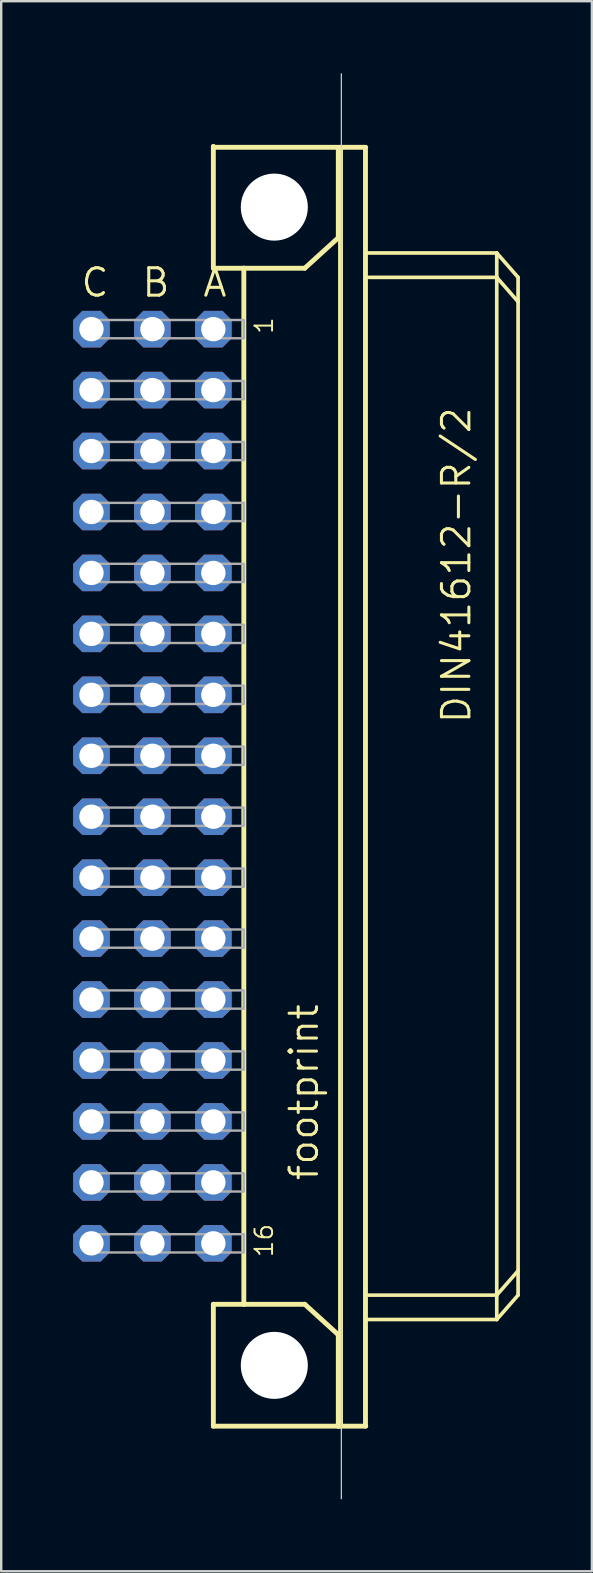
<source format=kicad_pcb>
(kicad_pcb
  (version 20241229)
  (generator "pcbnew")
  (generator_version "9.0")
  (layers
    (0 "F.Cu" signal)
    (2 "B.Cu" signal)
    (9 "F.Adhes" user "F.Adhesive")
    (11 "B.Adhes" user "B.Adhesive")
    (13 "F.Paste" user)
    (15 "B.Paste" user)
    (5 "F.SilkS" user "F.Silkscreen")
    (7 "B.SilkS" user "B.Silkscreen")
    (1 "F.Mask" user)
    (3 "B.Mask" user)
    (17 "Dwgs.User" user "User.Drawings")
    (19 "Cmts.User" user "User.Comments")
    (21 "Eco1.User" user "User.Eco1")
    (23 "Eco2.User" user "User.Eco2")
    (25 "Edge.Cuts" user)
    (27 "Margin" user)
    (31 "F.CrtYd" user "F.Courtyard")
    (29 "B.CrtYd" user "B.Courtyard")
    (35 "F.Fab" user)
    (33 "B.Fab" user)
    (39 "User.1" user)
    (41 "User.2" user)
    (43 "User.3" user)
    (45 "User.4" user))
  (footprint "footprint"
    (layer "F.Cu")
    (at 8.382 29.718)
    (property "Reference" "footprint" (at 1.905 16.51 90) (layer "F.SilkS") (effects (font (size 1.143 1.143) (thickness 0.127)) (justify left bottom)))
    (fp_line (start -2.54 -26.67) (end -2.54 -26.63) (stroke (width 0.203) (type solid)) (layer "F.SilkS"))
    (fp_line (start -2.54 -26.63) (end -2.54 -21.59) (stroke (width 0.203) (type solid)) (layer "F.SilkS"))
    (fp_line (start -2.54 -26.63) (end 3.81 -26.63) (stroke (width 0.203) (type solid)) (layer "F.SilkS"))
    (fp_line (start -2.54 -21.59) (end -1.27 -21.59) (stroke (width 0.203) (type solid)) (layer "F.SilkS"))
    (fp_line (start -2.54 21.59) (end -1.27 21.59) (stroke (width 0.203) (type solid)) (layer "F.SilkS"))
    (fp_line (start -2.54 26.67) (end -2.54 21.59) (stroke (width 0.203) (type solid)) (layer "F.SilkS"))
    (fp_line (start -2.54 26.67) (end 2.667 26.67) (stroke (width 0.203) (type solid)) (layer "F.SilkS"))
    (fp_line (start -1.27 -21.59) (end -1.27 21.59) (stroke (width 0.203) (type solid)) (layer "F.SilkS"))
    (fp_line (start -1.27 -21.59) (end 1.27 -21.59) (stroke (width 0.203) (type solid)) (layer "F.SilkS"))
    (fp_line (start -1.27 21.59) (end 1.27 21.59) (stroke (width 0.203) (type solid)) (layer "F.SilkS"))
    (fp_line (start 1.27 -21.59) (end 2.667 -22.86) (stroke (width 0.203) (type solid)) (layer "F.SilkS"))
    (fp_line (start 1.27 21.59) (end 2.667 22.86) (stroke (width 0.203) (type solid)) (layer "F.SilkS"))
    (fp_line (start 2.667 -22.86) (end 2.667 -26.543) (stroke (width 0.203) (type solid)) (layer "F.SilkS"))
    (fp_line (start 2.667 22.86) (end 2.667 26.67) (stroke (width 0.203) (type solid)) (layer "F.SilkS"))
    (fp_line (start 2.667 26.67) (end 3.81 26.67) (stroke (width 0.203) (type solid)) (layer "F.SilkS"))
    (fp_line (start 2.76 -26.54) (end 2.76 26.667) (stroke (width 0.203) (type solid)) (layer "F.SilkS"))
    (fp_line (start 3.8 26.667) (end 3.8 -26.54) (stroke (width 0.203) (type solid)) (layer "F.SilkS"))
    (fp_line (start 3.81 -22.225) (end 9.271 -22.225) (stroke (width 0.152) (type solid)) (layer "F.SilkS"))
    (fp_line (start 3.937 21.209) (end 9.271 21.209) (stroke (width 0.152) (type solid)) (layer "F.SilkS"))
    (fp_line (start 9.271 -21.209) (end 3.937 -21.209) (stroke (width 0.152) (type solid)) (layer "F.SilkS"))
    (fp_line (start 9.271 -21.209) (end 9.271 -22.225) (stroke (width 0.152) (type solid)) (layer "F.SilkS"))
    (fp_line (start 9.271 21.209) (end 9.271 -21.209) (stroke (width 0.152) (type solid)) (layer "F.SilkS"))
    (fp_line (start 9.271 21.209) (end 10.16 20.193) (stroke (width 0.152) (type solid)) (layer "F.SilkS"))
    (fp_line (start 9.271 22.225) (end 3.81 22.225) (stroke (width 0.152) (type solid)) (layer "F.SilkS"))
    (fp_line (start 9.271 22.225) (end 9.271 21.209) (stroke (width 0.152) (type solid)) (layer "F.SilkS"))
    (fp_line (start 9.271 22.225) (end 10.16 21.209) (stroke (width 0.152) (type solid)) (layer "F.SilkS"))
    (fp_line (start 10.16 -21.209) (end 9.271 -22.225) (stroke (width 0.152) (type solid)) (layer "F.SilkS"))
    (fp_line (start 10.16 -20.193) (end 9.271 -21.209) (stroke (width 0.152) (type solid)) (layer "F.SilkS"))
    (fp_line (start 10.16 -20.193) (end 10.16 -21.209) (stroke (width 0.152) (type solid)) (layer "F.SilkS"))
    (fp_line (start 10.16 20.193) (end 10.16 -20.193) (stroke (width 0.152) (type solid)) (layer "F.SilkS"))
    (fp_line (start 10.16 21.209) (end 10.16 20.193) (stroke (width 0.152) (type solid)) (layer "F.SilkS"))
    (fp_circle (center 0 -24.136) (end 1.27 -24.136) (stroke (width 0.152) (type solid)) (fill no) (layer "F.SilkS"))
    (fp_circle (center 0 24.136) (end 1.27 24.136) (stroke (width 0.152) (type solid)) (fill no) (layer "F.SilkS"))
    (fp_line (start 2.794 29.693) (end 2.794 -29.693) (stroke (width 0.05) (type solid)) (layer "Edge.Cuts"))
    (fp_poly (pts (xy -7.874 -18.669) (xy -1.27 -18.669) (xy -1.27 -19.431) (xy -7.874 -19.431)) (stroke (width 0.1) (type solid)) (fill no) (layer "F.Fab"))
    (fp_poly (pts (xy -7.874 -16.129) (xy -1.27 -16.129) (xy -1.27 -16.891) (xy -7.874 -16.891)) (stroke (width 0.1) (type solid)) (fill no) (layer "F.Fab"))
    (fp_poly (pts (xy -7.874 -13.589) (xy -1.27 -13.589) (xy -1.27 -14.351) (xy -7.874 -14.351)) (stroke (width 0.1) (type solid)) (fill no) (layer "F.Fab"))
    (fp_poly (pts (xy -7.874 -11.049) (xy -1.27 -11.049) (xy -1.27 -11.811) (xy -7.874 -11.811)) (stroke (width 0.1) (type solid)) (fill no) (layer "F.Fab"))
    (fp_poly (pts (xy -7.874 -8.509) (xy -1.27 -8.509) (xy -1.27 -9.271) (xy -7.874 -9.271)) (stroke (width 0.1) (type solid)) (fill no) (layer "F.Fab"))
    (fp_poly (pts (xy -7.874 -5.969) (xy -1.27 -5.969) (xy -1.27 -6.731) (xy -7.874 -6.731)) (stroke (width 0.1) (type solid)) (fill no) (layer "F.Fab"))
    (fp_poly (pts (xy -7.874 -3.429) (xy -1.27 -3.429) (xy -1.27 -4.191) (xy -7.874 -4.191)) (stroke (width 0.1) (type solid)) (fill no) (layer "F.Fab"))
    (fp_poly (pts (xy -7.874 -0.889) (xy -1.27 -0.889) (xy -1.27 -1.651) (xy -7.874 -1.651)) (stroke (width 0.1) (type solid)) (fill no) (layer "F.Fab"))
    (fp_poly (pts (xy -7.874 1.651) (xy -1.27 1.651) (xy -1.27 0.889) (xy -7.874 0.889)) (stroke (width 0.1) (type solid)) (fill no) (layer "F.Fab"))
    (fp_poly (pts (xy -7.874 4.191) (xy -1.27 4.191) (xy -1.27 3.429) (xy -7.874 3.429)) (stroke (width 0.1) (type solid)) (fill no) (layer "F.Fab"))
    (fp_poly (pts (xy -7.874 6.731) (xy -1.27 6.731) (xy -1.27 5.969) (xy -7.874 5.969)) (stroke (width 0.1) (type solid)) (fill no) (layer "F.Fab"))
    (fp_poly (pts (xy -7.874 9.271) (xy -1.27 9.271) (xy -1.27 8.509) (xy -7.874 8.509)) (stroke (width 0.1) (type solid)) (fill no) (layer "F.Fab"))
    (fp_poly (pts (xy -7.874 11.811) (xy -1.27 11.811) (xy -1.27 11.049) (xy -7.874 11.049)) (stroke (width 0.1) (type solid)) (fill no) (layer "F.Fab"))
    (fp_poly (pts (xy -7.874 14.351) (xy -1.27 14.351) (xy -1.27 13.589) (xy -7.874 13.589)) (stroke (width 0.1) (type solid)) (fill no) (layer "F.Fab"))
    (fp_poly (pts (xy -7.874 16.891) (xy -1.27 16.891) (xy -1.27 16.129) (xy -7.874 16.129)) (stroke (width 0.1) (type solid)) (fill no) (layer "F.Fab"))
    (fp_poly (pts (xy -7.874 19.431) (xy -1.27 19.431) (xy -1.27 18.669) (xy -7.874 18.669)) (stroke (width 0.1) (type solid)) (fill no) (layer "F.Fab"))
    (fp_text user "16" (at 0 19.685 90) (layer "F.SilkS") (effects (font (size 0.732 0.732) (thickness 0.081)) (justify left bottom)))
    (fp_text user "C" (at -8.128 -20.32 0) (layer "F.SilkS") (effects (font (size 1.143 1.143) (thickness 0.127)) (justify left bottom)))
    (fp_text user "DIN41612-R/2" (at 8.255 -2.54 90) (layer "F.SilkS") (effects (font (size 1.143 1.143) (thickness 0.127)) (justify left bottom)))
    (fp_text user "B" (at -5.588 -20.32 0) (layer "F.SilkS") (effects (font (size 1.143 1.143) (thickness 0.127)) (justify left bottom)))
    (fp_text user "A" (at -3.048 -20.32 0) (layer "F.SilkS") (effects (font (size 1.143 1.143) (thickness 0.127)) (justify left bottom)))
    (fp_text user "1" (at 0 -18.796 90) (layer "F.SilkS") (effects (font (size 0.732 0.732) (thickness 0.081)) (justify left bottom)))
    (pad "" np_thru_hole circle (at 0 -24.136) (size 2.794 2.794) (drill 2.794) (layers "*.Cu" "*.Mask"))
    (pad "" np_thru_hole circle (at 0 24.136) (size 2.794 2.794) (drill 2.794) (layers "*.Cu" "*.Mask"))
    (pad "A1" thru_hole roundrect (at -2.54 -19.05) (size 1.524 1.524) (drill 1.016) (layers "*.Cu" "*.Mask") (roundrect_rratio 0.25) (chamfer_ratio 0.25) (chamfer top_left top_right bottom_left bottom_right))
    (pad "A2" thru_hole roundrect (at -2.54 -16.51) (size 1.524 1.524) (drill 1.016) (layers "*.Cu" "*.Mask") (roundrect_rratio 0.25) (chamfer_ratio 0.25) (chamfer top_left top_right bottom_left bottom_right))
    (pad "A3" thru_hole roundrect (at -2.54 -13.97) (size 1.524 1.524) (drill 1.016) (layers "*.Cu" "*.Mask") (roundrect_rratio 0.25) (chamfer_ratio 0.25) (chamfer top_left top_right bottom_left bottom_right))
    (pad "A4" thru_hole roundrect (at -2.54 -11.43) (size 1.524 1.524) (drill 1.016) (layers "*.Cu" "*.Mask") (roundrect_rratio 0.25) (chamfer_ratio 0.25) (chamfer top_left top_right bottom_left bottom_right))
    (pad "A5" thru_hole roundrect (at -2.54 -8.89) (size 1.524 1.524) (drill 1.016) (layers "*.Cu" "*.Mask") (roundrect_rratio 0.25) (chamfer_ratio 0.25) (chamfer top_left top_right bottom_left bottom_right))
    (pad "A6" thru_hole roundrect (at -2.54 -6.35) (size 1.524 1.524) (drill 1.016) (layers "*.Cu" "*.Mask") (roundrect_rratio 0.25) (chamfer_ratio 0.25) (chamfer top_left top_right bottom_left bottom_right))
    (pad "A7" thru_hole roundrect (at -2.54 -3.81) (size 1.524 1.524) (drill 1.016) (layers "*.Cu" "*.Mask") (roundrect_rratio 0.25) (chamfer_ratio 0.25) (chamfer top_left top_right bottom_left bottom_right))
    (pad "A8" thru_hole roundrect (at -2.54 -1.27) (size 1.524 1.524) (drill 1.016) (layers "*.Cu" "*.Mask") (roundrect_rratio 0.25) (chamfer_ratio 0.25) (chamfer top_left top_right bottom_left bottom_right))
    (pad "A9" thru_hole roundrect (at -2.54 1.27) (size 1.524 1.524) (drill 1.016) (layers "*.Cu" "*.Mask") (roundrect_rratio 0.25) (chamfer_ratio 0.25) (chamfer top_left top_right bottom_left bottom_right))
    (pad "A10" thru_hole roundrect (at -2.54 3.81) (size 1.524 1.524) (drill 1.016) (layers "*.Cu" "*.Mask") (roundrect_rratio 0.25) (chamfer_ratio 0.25) (chamfer top_left top_right bottom_left bottom_right))
    (pad "A11" thru_hole roundrect (at -2.54 6.35) (size 1.524 1.524) (drill 1.016) (layers "*.Cu" "*.Mask") (roundrect_rratio 0.25) (chamfer_ratio 0.25) (chamfer top_left top_right bottom_left bottom_right))
    (pad "A12" thru_hole roundrect (at -2.54 8.89) (size 1.524 1.524) (drill 1.016) (layers "*.Cu" "*.Mask") (roundrect_rratio 0.25) (chamfer_ratio 0.25) (chamfer top_left top_right bottom_left bottom_right))
    (pad "A13" thru_hole roundrect (at -2.54 11.43) (size 1.524 1.524) (drill 1.016) (layers "*.Cu" "*.Mask") (roundrect_rratio 0.25) (chamfer_ratio 0.25) (chamfer top_left top_right bottom_left bottom_right))
    (pad "A14" thru_hole roundrect (at -2.54 13.97) (size 1.524 1.524) (drill 1.016) (layers "*.Cu" "*.Mask") (roundrect_rratio 0.25) (chamfer_ratio 0.25) (chamfer top_left top_right bottom_left bottom_right))
    (pad "A15" thru_hole roundrect (at -2.54 16.51) (size 1.524 1.524) (drill 1.016) (layers "*.Cu" "*.Mask") (roundrect_rratio 0.25) (chamfer_ratio 0.25) (chamfer top_left top_right bottom_left bottom_right))
    (pad "A16" thru_hole roundrect (at -2.54 19.05) (size 1.524 1.524) (drill 1.016) (layers "*.Cu" "*.Mask") (roundrect_rratio 0.25) (chamfer_ratio 0.25) (chamfer top_left top_right bottom_left bottom_right))
    (pad "B1" thru_hole roundrect (at -5.08 -19.05) (size 1.524 1.524) (drill 1.016) (layers "*.Cu" "*.Mask") (roundrect_rratio 0.25) (chamfer_ratio 0.25) (chamfer top_left top_right bottom_left bottom_right))
    (pad "B2" thru_hole roundrect (at -5.08 -16.51) (size 1.524 1.524) (drill 1.016) (layers "*.Cu" "*.Mask") (roundrect_rratio 0.25) (chamfer_ratio 0.25) (chamfer top_left top_right bottom_left bottom_right))
    (pad "B3" thru_hole roundrect (at -5.08 -13.97) (size 1.524 1.524) (drill 1.016) (layers "*.Cu" "*.Mask") (roundrect_rratio 0.25) (chamfer_ratio 0.25) (chamfer top_left top_right bottom_left bottom_right))
    (pad "B4" thru_hole roundrect (at -5.08 -11.43) (size 1.524 1.524) (drill 1.016) (layers "*.Cu" "*.Mask") (roundrect_rratio 0.25) (chamfer_ratio 0.25) (chamfer top_left top_right bottom_left bottom_right))
    (pad "B5" thru_hole roundrect (at -5.08 -8.89) (size 1.524 1.524) (drill 1.016) (layers "*.Cu" "*.Mask") (roundrect_rratio 0.25) (chamfer_ratio 0.25) (chamfer top_left top_right bottom_left bottom_right))
    (pad "B6" thru_hole roundrect (at -5.08 -6.35) (size 1.524 1.524) (drill 1.016) (layers "*.Cu" "*.Mask") (roundrect_rratio 0.25) (chamfer_ratio 0.25) (chamfer top_left top_right bottom_left bottom_right))
    (pad "B7" thru_hole roundrect (at -5.08 -3.81) (size 1.524 1.524) (drill 1.016) (layers "*.Cu" "*.Mask") (roundrect_rratio 0.25) (chamfer_ratio 0.25) (chamfer top_left top_right bottom_left bottom_right))
    (pad "B8" thru_hole roundrect (at -5.08 -1.27) (size 1.524 1.524) (drill 1.016) (layers "*.Cu" "*.Mask") (roundrect_rratio 0.25) (chamfer_ratio 0.25) (chamfer top_left top_right bottom_left bottom_right))
    (pad "B9" thru_hole roundrect (at -5.08 1.27) (size 1.524 1.524) (drill 1.016) (layers "*.Cu" "*.Mask") (roundrect_rratio 0.25) (chamfer_ratio 0.25) (chamfer top_left top_right bottom_left bottom_right))
    (pad "B10" thru_hole roundrect (at -5.08 3.81) (size 1.524 1.524) (drill 1.016) (layers "*.Cu" "*.Mask") (roundrect_rratio 0.25) (chamfer_ratio 0.25) (chamfer top_left top_right bottom_left bottom_right))
    (pad "B11" thru_hole roundrect (at -5.08 6.35) (size 1.524 1.524) (drill 1.016) (layers "*.Cu" "*.Mask") (roundrect_rratio 0.25) (chamfer_ratio 0.25) (chamfer top_left top_right bottom_left bottom_right))
    (pad "B12" thru_hole roundrect (at -5.08 8.89) (size 1.524 1.524) (drill 1.016) (layers "*.Cu" "*.Mask") (roundrect_rratio 0.25) (chamfer_ratio 0.25) (chamfer top_left top_right bottom_left bottom_right))
    (pad "B13" thru_hole roundrect (at -5.08 11.43) (size 1.524 1.524) (drill 1.016) (layers "*.Cu" "*.Mask") (roundrect_rratio 0.25) (chamfer_ratio 0.25) (chamfer top_left top_right bottom_left bottom_right))
    (pad "B14" thru_hole roundrect (at -5.08 13.97) (size 1.524 1.524) (drill 1.016) (layers "*.Cu" "*.Mask") (roundrect_rratio 0.25) (chamfer_ratio 0.25) (chamfer top_left top_right bottom_left bottom_right))
    (pad "B15" thru_hole roundrect (at -5.08 16.51) (size 1.524 1.524) (drill 1.016) (layers "*.Cu" "*.Mask") (roundrect_rratio 0.25) (chamfer_ratio 0.25) (chamfer top_left top_right bottom_left bottom_right))
    (pad "B16" thru_hole roundrect (at -5.08 19.05) (size 1.524 1.524) (drill 1.016) (layers "*.Cu" "*.Mask") (roundrect_rratio 0.25) (chamfer_ratio 0.25) (chamfer top_left top_right bottom_left bottom_right))
    (pad "C1" thru_hole roundrect (at -7.62 -19.05) (size 1.524 1.524) (drill 1.016) (layers "*.Cu" "*.Mask") (roundrect_rratio 0.25) (chamfer_ratio 0.25) (chamfer top_left top_right bottom_left bottom_right))
    (pad "C2" thru_hole roundrect (at -7.62 -16.51) (size 1.524 1.524) (drill 1.016) (layers "*.Cu" "*.Mask") (roundrect_rratio 0.25) (chamfer_ratio 0.25) (chamfer top_left top_right bottom_left bottom_right))
    (pad "C3" thru_hole roundrect (at -7.62 -13.97) (size 1.524 1.524) (drill 1.016) (layers "*.Cu" "*.Mask") (roundrect_rratio 0.25) (chamfer_ratio 0.25) (chamfer top_left top_right bottom_left bottom_right))
    (pad "C4" thru_hole roundrect (at -7.62 -11.43) (size 1.524 1.524) (drill 1.016) (layers "*.Cu" "*.Mask") (roundrect_rratio 0.25) (chamfer_ratio 0.25) (chamfer top_left top_right bottom_left bottom_right))
    (pad "C5" thru_hole roundrect (at -7.62 -8.89) (size 1.524 1.524) (drill 1.016) (layers "*.Cu" "*.Mask") (roundrect_rratio 0.25) (chamfer_ratio 0.25) (chamfer top_left top_right bottom_left bottom_right))
    (pad "C6" thru_hole roundrect (at -7.62 -6.35) (size 1.524 1.524) (drill 1.016) (layers "*.Cu" "*.Mask") (roundrect_rratio 0.25) (chamfer_ratio 0.25) (chamfer top_left top_right bottom_left bottom_right))
    (pad "C7" thru_hole roundrect (at -7.62 -3.81) (size 1.524 1.524) (drill 1.016) (layers "*.Cu" "*.Mask") (roundrect_rratio 0.25) (chamfer_ratio 0.25) (chamfer top_left top_right bottom_left bottom_right))
    (pad "C8" thru_hole roundrect (at -7.62 -1.27) (size 1.524 1.524) (drill 1.016) (layers "*.Cu" "*.Mask") (roundrect_rratio 0.25) (chamfer_ratio 0.25) (chamfer top_left top_right bottom_left bottom_right))
    (pad "C9" thru_hole roundrect (at -7.62 1.27) (size 1.524 1.524) (drill 1.016) (layers "*.Cu" "*.Mask") (roundrect_rratio 0.25) (chamfer_ratio 0.25) (chamfer top_left top_right bottom_left bottom_right))
    (pad "C10" thru_hole roundrect (at -7.62 3.81) (size 1.524 1.524) (drill 1.016) (layers "*.Cu" "*.Mask") (roundrect_rratio 0.25) (chamfer_ratio 0.25) (chamfer top_left top_right bottom_left bottom_right))
    (pad "C11" thru_hole roundrect (at -7.62 6.35) (size 1.524 1.524) (drill 1.016) (layers "*.Cu" "*.Mask") (roundrect_rratio 0.25) (chamfer_ratio 0.25) (chamfer top_left top_right bottom_left bottom_right))
    (pad "C12" thru_hole roundrect (at -7.62 8.89) (size 1.524 1.524) (drill 1.016) (layers "*.Cu" "*.Mask") (roundrect_rratio 0.25) (chamfer_ratio 0.25) (chamfer top_left top_right bottom_left bottom_right))
    (pad "C13" thru_hole roundrect (at -7.62 11.43) (size 1.524 1.524) (drill 1.016) (layers "*.Cu" "*.Mask") (roundrect_rratio 0.25) (chamfer_ratio 0.25) (chamfer top_left top_right bottom_left bottom_right))
    (pad "C14" thru_hole roundrect (at -7.62 13.97) (size 1.524 1.524) (drill 1.016) (layers "*.Cu" "*.Mask") (roundrect_rratio 0.25) (chamfer_ratio 0.25) (chamfer top_left top_right bottom_left bottom_right))
    (pad "C15" thru_hole roundrect (at -7.62 16.51) (size 1.524 1.524) (drill 1.016) (layers "*.Cu" "*.Mask") (roundrect_rratio 0.25) (chamfer_ratio 0.25) (chamfer top_left top_right bottom_left bottom_right))
    (pad "C16" thru_hole roundrect (at -7.62 19.05) (size 1.524 1.524) (drill 1.016) (layers "*.Cu" "*.Mask") (roundrect_rratio 0.25) (chamfer_ratio 0.25) (chamfer top_left top_right bottom_left bottom_right))
    (zone (net_name "") (layers "F.Cu" "B.Cu") (hatch edge 0.508) (connect_pads) (min_thickness 0.254) (filled_areas_thickness no) (keepout (tracks allowed) (vias not_allowed) (pads allowed) (copperpour allowed) (footprints allowed)) (placement (enabled no)) (fill) (polygon (pts (xy 11.557 5.581) (xy 11.509 5.03) (xy 11.366 4.495) (xy 11.132 3.994) (xy 10.814 3.54) (xy 10.423 3.149) (xy 9.97 2.832) (xy 9.468 2.598) (xy 8.933 2.454) (xy 8.382 2.406) (xy 7.831 2.454) (xy 7.296 2.598) (xy 6.795 2.832) (xy 6.341 3.149) (xy 5.95 3.54) (xy 5.632 3.994) (xy 5.398 4.495) (xy 5.255 5.03) (xy 5.207 5.581) (xy 5.255 6.133) (xy 5.398 6.667) (xy 5.632 7.169) (xy 5.95 7.622) (xy 6.341 8.013) (xy 6.795 8.331) (xy 7.296 8.565) (xy 7.831 8.708) (xy 8.382 8.756) (xy 8.933 8.708) (xy 9.468 8.565) (xy 9.97 8.331) (xy 10.423 8.013) (xy 10.814 7.622) (xy 11.132 7.169) (xy 11.366 6.667) (xy 11.509 6.133))) (polygon (pts (xy 9.779 5.581) (xy 9.758 5.339) (xy 9.695 5.103) (xy 9.592 4.883) (xy 9.452 4.683) (xy 9.28 4.511) (xy 9.081 4.371) (xy 8.86 4.268) (xy 8.625 4.205) (xy 8.382 4.184) (xy 8.139 4.205) (xy 7.904 4.268) (xy 7.684 4.371) (xy 7.484 4.511) (xy 7.312 4.683) (xy 7.172 4.883) (xy 7.069 5.103) (xy 7.006 5.339) (xy 6.985 5.581) (xy 7.006 5.824) (xy 7.069 6.059) (xy 7.172 6.28) (xy 7.312 6.479) (xy 7.484 6.651) (xy 7.684 6.791) (xy 7.904 6.894) (xy 8.139 6.957) (xy 8.382 6.978) (xy 8.625 6.957) (xy 8.86 6.894) (xy 9.081 6.791) (xy 9.28 6.651) (xy 9.452 6.479) (xy 9.592 6.28) (xy 9.695 6.059) (xy 9.758 5.824))))
    (zone (net_name "") (layers "F.Cu" "B.Cu") (hatch edge 0.508) (connect_pads) (min_thickness 0.254) (filled_areas_thickness no) (keepout (tracks allowed) (vias not_allowed) (pads allowed) (copperpour allowed) (footprints allowed)) (placement (enabled no)) (fill) (polygon (pts (xy 11.557 53.854) (xy 11.509 53.303) (xy 11.366 52.768) (xy 11.132 52.267) (xy 10.814 51.813) (xy 10.423 51.422) (xy 9.97 51.104) (xy 9.468 50.87) (xy 8.933 50.727) (xy 8.382 50.679) (xy 7.831 50.727) (xy 7.296 50.87) (xy 6.795 51.104) (xy 6.341 51.422) (xy 5.95 51.813) (xy 5.632 52.267) (xy 5.398 52.768) (xy 5.255 53.303) (xy 5.207 53.854) (xy 5.255 54.405) (xy 5.398 54.94) (xy 5.632 55.441) (xy 5.95 55.895) (xy 6.341 56.286) (xy 6.795 56.604) (xy 7.296 56.838) (xy 7.831 56.981) (xy 8.382 57.029) (xy 8.933 56.981) (xy 9.468 56.838) (xy 9.97 56.604) (xy 10.423 56.286) (xy 10.814 55.895) (xy 11.132 55.441) (xy 11.366 54.94) (xy 11.509 54.405))) (polygon (pts (xy 9.779 53.854) (xy 9.758 53.611) (xy 9.695 53.376) (xy 9.592 53.156) (xy 9.452 52.956) (xy 9.28 52.784) (xy 9.081 52.644) (xy 8.86 52.541) (xy 8.625 52.478) (xy 8.382 52.457) (xy 8.139 52.478) (xy 7.904 52.541) (xy 7.684 52.644) (xy 7.484 52.784) (xy 7.312 52.956) (xy 7.172 53.156) (xy 7.069 53.376) (xy 7.006 53.611) (xy 6.985 53.854) (xy 7.006 54.097) (xy 7.069 54.332) (xy 7.172 54.553) (xy 7.312 54.752) (xy 7.484 54.924) (xy 7.684 55.064) (xy 7.904 55.167) (xy 8.139 55.23) (xy 8.382 55.251) (xy 8.625 55.23) (xy 8.86 55.167) (xy 9.081 55.064) (xy 9.28 54.924) (xy 9.452 54.752) (xy 9.592 54.553) (xy 9.695 54.332) (xy 9.758 54.097))))
    (zone (net_name "") (layer "B.Cu") (hatch edge 0.508) (connect_pads) (min_thickness 0.254) (filled_areas_thickness no) (keepout (tracks not_allowed) (vias not_allowed) (pads not_allowed) (copperpour not_allowed) (footprints allowed)) (placement (enabled no)) (fill) (polygon (pts (xy 11.557 5.581) (xy 11.509 5.03) (xy 11.366 4.495) (xy 11.132 3.994) (xy 10.814 3.54) (xy 10.423 3.149) (xy 9.97 2.832) (xy 9.468 2.598) (xy 8.933 2.454) (xy 8.382 2.406) (xy 7.831 2.454) (xy 7.296 2.598) (xy 6.795 2.832) (xy 6.341 3.149) (xy 5.95 3.54) (xy 5.632 3.994) (xy 5.398 4.495) (xy 5.255 5.03) (xy 5.207 5.581) (xy 5.255 6.133) (xy 5.398 6.667) (xy 5.632 7.169) (xy 5.95 7.622) (xy 6.341 8.013) (xy 6.795 8.331) (xy 7.296 8.565) (xy 7.831 8.708) (xy 8.382 8.756) (xy 8.933 8.708) (xy 9.468 8.565) (xy 9.97 8.331) (xy 10.423 8.013) (xy 10.814 7.622) (xy 11.132 7.169) (xy 11.366 6.667) (xy 11.509 6.133))) (polygon (pts (xy 9.779 5.581) (xy 9.758 5.339) (xy 9.695 5.103) (xy 9.592 4.883) (xy 9.452 4.683) (xy 9.28 4.511) (xy 9.081 4.371) (xy 8.86 4.268) (xy 8.625 4.205) (xy 8.382 4.184) (xy 8.139 4.205) (xy 7.904 4.268) (xy 7.684 4.371) (xy 7.484 4.511) (xy 7.312 4.683) (xy 7.172 4.883) (xy 7.069 5.103) (xy 7.006 5.339) (xy 6.985 5.581) (xy 7.006 5.824) (xy 7.069 6.059) (xy 7.172 6.28) (xy 7.312 6.479) (xy 7.484 6.651) (xy 7.684 6.791) (xy 7.904 6.894) (xy 8.139 6.957) (xy 8.382 6.978) (xy 8.625 6.957) (xy 8.86 6.894) (xy 9.081 6.791) (xy 9.28 6.651) (xy 9.452 6.479) (xy 9.592 6.28) (xy 9.695 6.059) (xy 9.758 5.824))))
    (zone (net_name "") (layer "B.Cu") (hatch edge 0.508) (connect_pads) (min_thickness 0.254) (filled_areas_thickness no) (keepout (tracks not_allowed) (vias not_allowed) (pads not_allowed) (copperpour not_allowed) (footprints allowed)) (placement (enabled no)) (fill) (polygon (pts (xy 11.557 53.854) (xy 11.509 53.303) (xy 11.366 52.768) (xy 11.132 52.267) (xy 10.814 51.813) (xy 10.423 51.422) (xy 9.97 51.104) (xy 9.468 50.87) (xy 8.933 50.727) (xy 8.382 50.679) (xy 7.831 50.727) (xy 7.296 50.87) (xy 6.795 51.104) (xy 6.341 51.422) (xy 5.95 51.813) (xy 5.632 52.267) (xy 5.398 52.768) (xy 5.255 53.303) (xy 5.207 53.854) (xy 5.255 54.405) (xy 5.398 54.94) (xy 5.632 55.441) (xy 5.95 55.895) (xy 6.341 56.286) (xy 6.795 56.604) (xy 7.296 56.838) (xy 7.831 56.981) (xy 8.382 57.029) (xy 8.933 56.981) (xy 9.468 56.838) (xy 9.97 56.604) (xy 10.423 56.286) (xy 10.814 55.895) (xy 11.132 55.441) (xy 11.366 54.94) (xy 11.509 54.405))) (polygon (pts (xy 9.779 53.854) (xy 9.758 53.611) (xy 9.695 53.376) (xy 9.592 53.156) (xy 9.452 52.956) (xy 9.28 52.784) (xy 9.081 52.644) (xy 8.86 52.541) (xy 8.625 52.478) (xy 8.382 52.457) (xy 8.139 52.478) (xy 7.904 52.541) (xy 7.684 52.644) (xy 7.484 52.784) (xy 7.312 52.956) (xy 7.172 53.156) (xy 7.069 53.376) (xy 7.006 53.611) (xy 6.985 53.854) (xy 7.006 54.097) (xy 7.069 54.332) (xy 7.172 54.553) (xy 7.312 54.752) (xy 7.484 54.924) (xy 7.684 55.064) (xy 7.904 55.167) (xy 8.139 55.23) (xy 8.382 55.251) (xy 8.625 55.23) (xy 8.86 55.167) (xy 9.081 55.064) (xy 9.28 54.924) (xy 9.452 54.752) (xy 9.592 54.553) (xy 9.695 54.332) (xy 9.758 54.097)))))
  (gr_rect
    (start -3 -3)
    (end 21.618 62.435)
    (stroke (width 0.1) (type default))
    (fill no)
    (layer "Edge.Cuts")))
</source>
